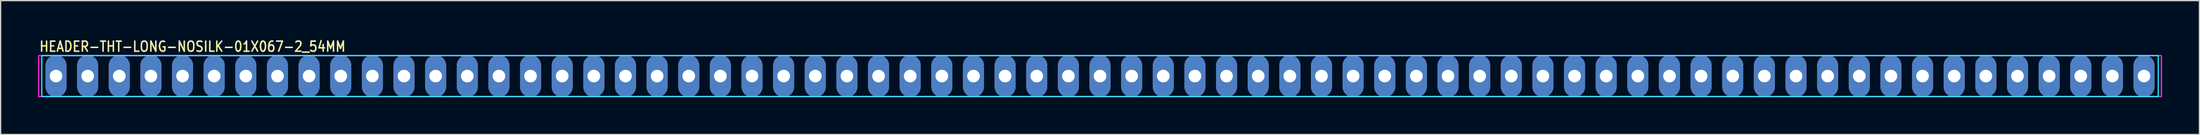
<source format=kicad_pcb>
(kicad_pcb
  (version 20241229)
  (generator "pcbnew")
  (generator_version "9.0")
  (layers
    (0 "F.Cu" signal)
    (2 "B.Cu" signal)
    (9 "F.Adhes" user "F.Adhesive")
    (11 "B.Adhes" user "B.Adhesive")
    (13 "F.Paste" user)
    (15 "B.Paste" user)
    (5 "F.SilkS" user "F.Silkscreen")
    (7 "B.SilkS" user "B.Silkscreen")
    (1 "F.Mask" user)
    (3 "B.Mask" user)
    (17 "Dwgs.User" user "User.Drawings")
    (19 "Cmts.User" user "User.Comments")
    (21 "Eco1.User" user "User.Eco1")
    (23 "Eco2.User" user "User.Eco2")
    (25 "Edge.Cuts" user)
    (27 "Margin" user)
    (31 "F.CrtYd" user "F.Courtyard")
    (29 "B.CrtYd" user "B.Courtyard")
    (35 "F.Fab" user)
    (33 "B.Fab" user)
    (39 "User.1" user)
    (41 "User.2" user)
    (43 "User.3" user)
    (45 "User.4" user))
  (footprint "HEADER-THT-LONG-NOSILK-01X067-2_54MM"
    (layer "F.Cu")
    (at 1.447 3.079)
    (property "Reference" "HEADER-THT-LONG-NOSILK-01X067-2_54MM" (at -1.4 -1.9 0) (unlocked yes) (layer "F.SilkS") (effects (font (size 0.813 0.695) (thickness 0.122)) (justify left bottom)))
    (fp_poly (pts (xy -1.143 -1.651) (xy 168.783 -1.651) (xy 168.783 1.651) (xy -1.143 1.651)) (stroke (width 0.1) (type solid)) (fill no) (layer "B.CrtYd"))
    (fp_poly (pts (xy -1.397 -1.651) (xy 169.037 -1.651) (xy 169.037 1.651) (xy -1.397 1.651)) (stroke (width 0.1) (type solid)) (fill no) (layer "F.CrtYd"))
    (pad "1" thru_hole oval (at 0 0 90) (size 3.387 1.693) (drill 1.016) (layers "*.Cu" "*.Mask"))
    (pad "2" thru_hole oval (at 2.54 0 90) (size 3.387 1.693) (drill 1.016) (layers "*.Cu" "*.Mask"))
    (pad "3" thru_hole oval (at 5.08 0 90) (size 3.387 1.693) (drill 1.016) (layers "*.Cu" "*.Mask"))
    (pad "4" thru_hole oval (at 7.62 0 90) (size 3.387 1.693) (drill 1.016) (layers "*.Cu" "*.Mask"))
    (pad "5" thru_hole oval (at 10.16 0 90) (size 3.387 1.693) (drill 1.016) (layers "*.Cu" "*.Mask"))
    (pad "6" thru_hole oval (at 12.7 0 90) (size 3.387 1.693) (drill 1.016) (layers "*.Cu" "*.Mask"))
    (pad "7" thru_hole oval (at 15.24 0 90) (size 3.387 1.693) (drill 1.016) (layers "*.Cu" "*.Mask"))
    (pad "8" thru_hole oval (at 17.78 0 90) (size 3.387 1.693) (drill 1.016) (layers "*.Cu" "*.Mask"))
    (pad "9" thru_hole oval (at 20.32 0 90) (size 3.387 1.693) (drill 1.016) (layers "*.Cu" "*.Mask"))
    (pad "10" thru_hole oval (at 22.86 0 90) (size 3.387 1.693) (drill 1.016) (layers "*.Cu" "*.Mask"))
    (pad "11" thru_hole oval (at 25.4 0 90) (size 3.387 1.693) (drill 1.016) (layers "*.Cu" "*.Mask"))
    (pad "12" thru_hole oval (at 27.94 0 90) (size 3.387 1.693) (drill 1.016) (layers "*.Cu" "*.Mask"))
    (pad "13" thru_hole oval (at 30.48 0 90) (size 3.387 1.693) (drill 1.016) (layers "*.Cu" "*.Mask"))
    (pad "14" thru_hole oval (at 33.02 0 90) (size 3.387 1.693) (drill 1.016) (layers "*.Cu" "*.Mask"))
    (pad "15" thru_hole oval (at 35.56 0 90) (size 3.387 1.693) (drill 1.016) (layers "*.Cu" "*.Mask"))
    (pad "16" thru_hole oval (at 38.1 0 90) (size 3.387 1.693) (drill 1.016) (layers "*.Cu" "*.Mask"))
    (pad "17" thru_hole oval (at 40.64 0 90) (size 3.387 1.693) (drill 1.016) (layers "*.Cu" "*.Mask"))
    (pad "18" thru_hole oval (at 43.18 0 90) (size 3.387 1.693) (drill 1.016) (layers "*.Cu" "*.Mask"))
    (pad "19" thru_hole oval (at 45.72 0 90) (size 3.387 1.693) (drill 1.016) (layers "*.Cu" "*.Mask"))
    (pad "20" thru_hole oval (at 48.26 0 90) (size 3.387 1.693) (drill 1.016) (layers "*.Cu" "*.Mask"))
    (pad "21" thru_hole oval (at 50.8 0 90) (size 3.387 1.693) (drill 1.016) (layers "*.Cu" "*.Mask"))
    (pad "22" thru_hole oval (at 53.34 0 90) (size 3.387 1.693) (drill 1.016) (layers "*.Cu" "*.Mask"))
    (pad "23" thru_hole oval (at 55.88 0 90) (size 3.387 1.693) (drill 1.016) (layers "*.Cu" "*.Mask"))
    (pad "24" thru_hole oval (at 58.42 0 90) (size 3.387 1.693) (drill 1.016) (layers "*.Cu" "*.Mask"))
    (pad "25" thru_hole oval (at 60.96 0 90) (size 3.387 1.693) (drill 1.016) (layers "*.Cu" "*.Mask"))
    (pad "26" thru_hole oval (at 63.5 0 90) (size 3.387 1.693) (drill 1.016) (layers "*.Cu" "*.Mask"))
    (pad "27" thru_hole oval (at 66.04 0 90) (size 3.387 1.693) (drill 1.016) (layers "*.Cu" "*.Mask"))
    (pad "28" thru_hole oval (at 68.58 0 90) (size 3.387 1.693) (drill 1.016) (layers "*.Cu" "*.Mask"))
    (pad "29" thru_hole oval (at 71.12 0 90) (size 3.387 1.693) (drill 1.016) (layers "*.Cu" "*.Mask"))
    (pad "30" thru_hole oval (at 73.66 0 90) (size 3.387 1.693) (drill 1.016) (layers "*.Cu" "*.Mask"))
    (pad "31" thru_hole oval (at 76.2 0 90) (size 3.387 1.693) (drill 1.016) (layers "*.Cu" "*.Mask"))
    (pad "32" thru_hole oval (at 78.74 0 90) (size 3.387 1.693) (drill 1.016) (layers "*.Cu" "*.Mask"))
    (pad "33" thru_hole oval (at 81.28 0 90) (size 3.387 1.693) (drill 1.016) (layers "*.Cu" "*.Mask"))
    (pad "34" thru_hole oval (at 83.82 0 90) (size 3.387 1.693) (drill 1.016) (layers "*.Cu" "*.Mask"))
    (pad "35" thru_hole oval (at 86.36 0 90) (size 3.387 1.693) (drill 1.016) (layers "*.Cu" "*.Mask"))
    (pad "36" thru_hole oval (at 88.9 0 90) (size 3.387 1.693) (drill 1.016) (layers "*.Cu" "*.Mask"))
    (pad "37" thru_hole oval (at 91.44 0 90) (size 3.387 1.693) (drill 1.016) (layers "*.Cu" "*.Mask"))
    (pad "38" thru_hole oval (at 93.98 0 90) (size 3.387 1.693) (drill 1.016) (layers "*.Cu" "*.Mask"))
    (pad "39" thru_hole oval (at 96.52 0 90) (size 3.387 1.693) (drill 1.016) (layers "*.Cu" "*.Mask"))
    (pad "40" thru_hole oval (at 99.06 0 90) (size 3.387 1.693) (drill 1.016) (layers "*.Cu" "*.Mask"))
    (pad "41" thru_hole oval (at 101.6 0 90) (size 3.387 1.693) (drill 1.016) (layers "*.Cu" "*.Mask"))
    (pad "42" thru_hole oval (at 104.14 0 90) (size 3.387 1.693) (drill 1.016) (layers "*.Cu" "*.Mask"))
    (pad "43" thru_hole oval (at 106.68 0 90) (size 3.387 1.693) (drill 1.016) (layers "*.Cu" "*.Mask"))
    (pad "44" thru_hole oval (at 109.22 0 90) (size 3.387 1.693) (drill 1.016) (layers "*.Cu" "*.Mask"))
    (pad "45" thru_hole oval (at 111.76 0 90) (size 3.387 1.693) (drill 1.016) (layers "*.Cu" "*.Mask"))
    (pad "46" thru_hole oval (at 114.3 0 90) (size 3.387 1.693) (drill 1.016) (layers "*.Cu" "*.Mask"))
    (pad "47" thru_hole oval (at 116.84 0 90) (size 3.387 1.693) (drill 1.016) (layers "*.Cu" "*.Mask"))
    (pad "48" thru_hole oval (at 119.38 0 90) (size 3.387 1.693) (drill 1.016) (layers "*.Cu" "*.Mask"))
    (pad "49" thru_hole oval (at 121.92 0 90) (size 3.387 1.693) (drill 1.016) (layers "*.Cu" "*.Mask"))
    (pad "50" thru_hole oval (at 124.46 0 90) (size 3.387 1.693) (drill 1.016) (layers "*.Cu" "*.Mask"))
    (pad "51" thru_hole oval (at 127 0 90) (size 3.387 1.693) (drill 1.016) (layers "*.Cu" "*.Mask"))
    (pad "52" thru_hole oval (at 129.54 0 90) (size 3.387 1.693) (drill 1.016) (layers "*.Cu" "*.Mask"))
    (pad "53" thru_hole oval (at 132.08 0 90) (size 3.387 1.693) (drill 1.016) (layers "*.Cu" "*.Mask"))
    (pad "54" thru_hole oval (at 134.62 0 90) (size 3.387 1.693) (drill 1.016) (layers "*.Cu" "*.Mask"))
    (pad "55" thru_hole oval (at 137.16 0 90) (size 3.387 1.693) (drill 1.016) (layers "*.Cu" "*.Mask"))
    (pad "56" thru_hole oval (at 139.7 0 90) (size 3.387 1.693) (drill 1.016) (layers "*.Cu" "*.Mask"))
    (pad "57" thru_hole oval (at 142.24 0 90) (size 3.387 1.693) (drill 1.016) (layers "*.Cu" "*.Mask"))
    (pad "58" thru_hole oval (at 144.78 0 90) (size 3.387 1.693) (drill 1.016) (layers "*.Cu" "*.Mask"))
    (pad "59" thru_hole oval (at 147.32 0 90) (size 3.387 1.693) (drill 1.016) (layers "*.Cu" "*.Mask"))
    (pad "60" thru_hole oval (at 149.86 0 90) (size 3.387 1.693) (drill 1.016) (layers "*.Cu" "*.Mask"))
    (pad "61" thru_hole oval (at 152.4 0 90) (size 3.387 1.693) (drill 1.016) (layers "*.Cu" "*.Mask"))
    (pad "62" thru_hole oval (at 154.94 0 90) (size 3.387 1.693) (drill 1.016) (layers "*.Cu" "*.Mask"))
    (pad "63" thru_hole oval (at 157.48 0 90) (size 3.387 1.693) (drill 1.016) (layers "*.Cu" "*.Mask"))
    (pad "64" thru_hole oval (at 160.02 0 90) (size 3.387 1.693) (drill 1.016) (layers "*.Cu" "*.Mask"))
    (pad "65" thru_hole oval (at 162.56 0 90) (size 3.387 1.693) (drill 1.016) (layers "*.Cu" "*.Mask"))
    (pad "66" thru_hole oval (at 165.1 0 90) (size 3.387 1.693) (drill 1.016) (layers "*.Cu" "*.Mask"))
    (pad "67" thru_hole oval (at 167.64 0 90) (size 3.387 1.693) (drill 1.016) (layers "*.Cu" "*.Mask")))
  (gr_rect
    (start -3 -3)
    (end 173.534 7.78)
    (stroke (width 0.1) (type default))
    (fill no)
    (layer "Edge.Cuts")))
</source>
